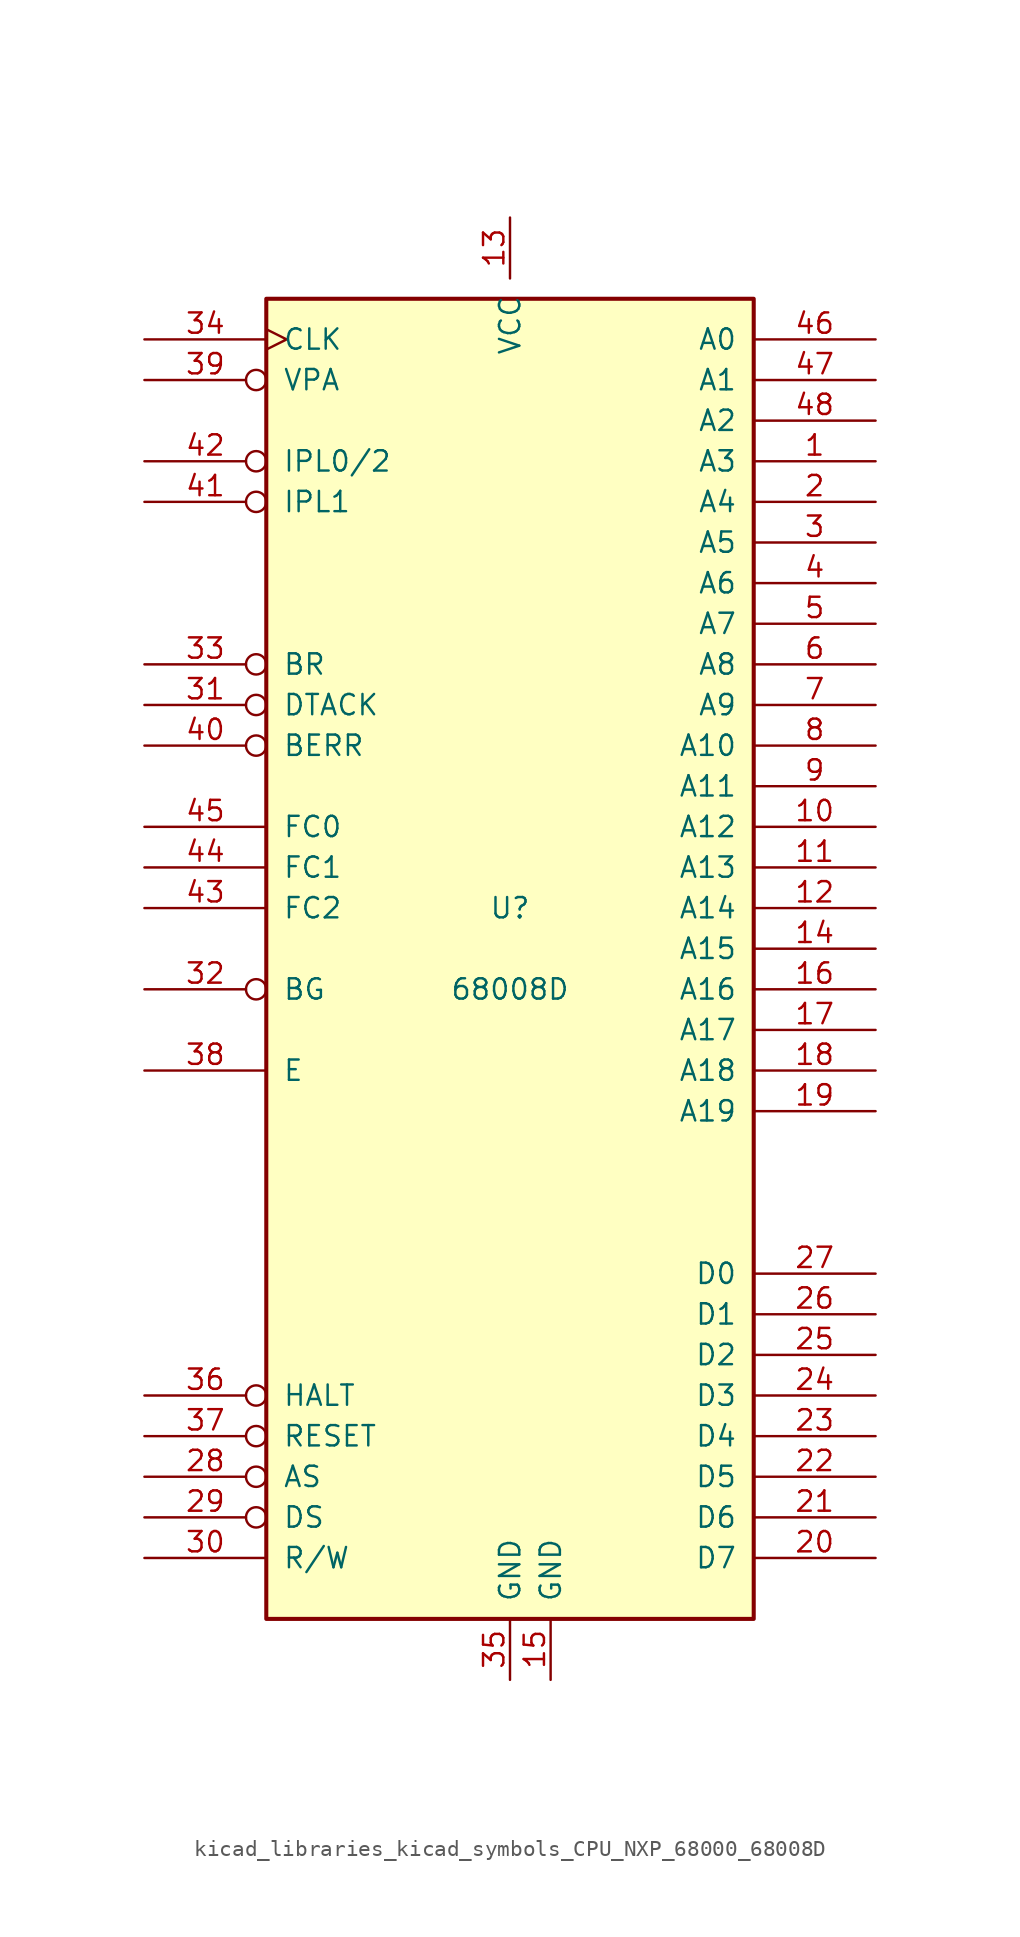
<source format=kicad_sym>
(kicad_symbol_lib
  (version 20220914)
  (generator kicad_symbol_editor)
  (symbol "kicad_libraries_kicad_symbols_CPU_NXP_68000_68008D"
    (pin_names
      (offset 1.016))
    (property "Reference" "U"
      (at 0 2.54 0)
      (effects (font (size 1.27 1.27))))
    (property "Value" "68008D"
      (at 0 -2.54 0)
      (effects (font (size 1.27 1.27))))
    (symbol "kicad_libraries_kicad_symbols_CPU_NXP_68000_68008D_0_1"
      (rectangle (start -15.24 -41.91) (end 15.24 40.64) (stroke (width 0.254) (type default)) (fill (type background))))
    (symbol "kicad_libraries_kicad_symbols_CPU_NXP_68000_68008D_1_1"
      (pin tri_state line (at 22.86 30.48 180) (length 7.62) (name "A3" (effects (font (size 1.27 1.27)))) (number "1" (effects (font (size 1.27 1.27)))))
      (pin tri_state line (at 22.86 7.62 180) (length 7.62) (name "A12" (effects (font (size 1.27 1.27)))) (number "10" (effects (font (size 1.27 1.27)))))
      (pin tri_state line (at 22.86 5.08 180) (length 7.62) (name "A13" (effects (font (size 1.27 1.27)))) (number "11" (effects (font (size 1.27 1.27)))))
      (pin tri_state line (at 22.86 2.54 180) (length 7.62) (name "A14" (effects (font (size 1.27 1.27)))) (number "12" (effects (font (size 1.27 1.27)))))
      (pin power_in line (at 0 45.72 270) (length 3.81) (name "VCC" (effects (font (size 1.27 1.27)))) (number "13" (effects (font (size 1.27 1.27)))))
      (pin tri_state line (at 22.86 0 180) (length 7.62) (name "A15" (effects (font (size 1.27 1.27)))) (number "14" (effects (font (size 1.27 1.27)))))
      (pin power_in line (at 2.54 -45.72 90) (length 3.81) (name "GND" (effects (font (size 1.27 1.27)))) (number "15" (effects (font (size 1.27 1.27)))))
      (pin tri_state line (at 22.86 -2.54 180) (length 7.62) (name "A16" (effects (font (size 1.27 1.27)))) (number "16" (effects (font (size 1.27 1.27)))))
      (pin tri_state line (at 22.86 -5.08 180) (length 7.62) (name "A17" (effects (font (size 1.27 1.27)))) (number "17" (effects (font (size 1.27 1.27)))))
      (pin tri_state line (at 22.86 -7.62 180) (length 7.62) (name "A18" (effects (font (size 1.27 1.27)))) (number "18" (effects (font (size 1.27 1.27)))))
      (pin tri_state line (at 22.86 -10.16 180) (length 7.62) (name "A19" (effects (font (size 1.27 1.27)))) (number "19" (effects (font (size 1.27 1.27)))))
      (pin tri_state line (at 22.86 27.94 180) (length 7.62) (name "A4" (effects (font (size 1.27 1.27)))) (number "2" (effects (font (size 1.27 1.27)))))
      (pin tri_state line (at 22.86 -38.1 180) (length 7.62) (name "D7" (effects (font (size 1.27 1.27)))) (number "20" (effects (font (size 1.27 1.27)))))
      (pin tri_state line (at 22.86 -35.56 180) (length 7.62) (name "D6" (effects (font (size 1.27 1.27)))) (number "21" (effects (font (size 1.27 1.27)))))
      (pin tri_state line (at 22.86 -33.02 180) (length 7.62) (name "D5" (effects (font (size 1.27 1.27)))) (number "22" (effects (font (size 1.27 1.27)))))
      (pin tri_state line (at 22.86 -30.48 180) (length 7.62) (name "D4" (effects (font (size 1.27 1.27)))) (number "23" (effects (font (size 1.27 1.27)))))
      (pin tri_state line (at 22.86 -27.94 180) (length 7.62) (name "D3" (effects (font (size 1.27 1.27)))) (number "24" (effects (font (size 1.27 1.27)))))
      (pin tri_state line (at 22.86 -25.4 180) (length 7.62) (name "D2" (effects (font (size 1.27 1.27)))) (number "25" (effects (font (size 1.27 1.27)))))
      (pin tri_state line (at 22.86 -22.86 180) (length 7.62) (name "D1" (effects (font (size 1.27 1.27)))) (number "26" (effects (font (size 1.27 1.27)))))
      (pin tri_state line (at 22.86 -20.32 180) (length 7.62) (name "D0" (effects (font (size 1.27 1.27)))) (number "27" (effects (font (size 1.27 1.27)))))
      (pin tri_state inverted (at -22.86 -33.02 0) (length 7.62) (name "AS" (effects (font (size 1.27 1.27)))) (number "28" (effects (font (size 1.27 1.27)))))
      (pin tri_state inverted (at -22.86 -35.56 0) (length 7.62) (name "DS" (effects (font (size 1.27 1.27)))) (number "29" (effects (font (size 1.27 1.27)))))
      (pin tri_state line (at 22.86 25.4 180) (length 7.62) (name "A5" (effects (font (size 1.27 1.27)))) (number "3" (effects (font (size 1.27 1.27)))))
      (pin tri_state line (at -22.86 -38.1 0) (length 7.62) (name "R/W" (effects (font (size 1.27 1.27)))) (number "30" (effects (font (size 1.27 1.27)))))
      (pin input inverted (at -22.86 15.24 0) (length 7.62) (name "DTACK" (effects (font (size 1.27 1.27)))) (number "31" (effects (font (size 1.27 1.27)))))
      (pin output inverted (at -22.86 -2.54 0) (length 7.62) (name "BG" (effects (font (size 1.27 1.27)))) (number "32" (effects (font (size 1.27 1.27)))))
      (pin input inverted (at -22.86 17.78 0) (length 7.62) (name "BR" (effects (font (size 1.27 1.27)))) (number "33" (effects (font (size 1.27 1.27)))))
      (pin input clock (at -22.86 38.1 0) (length 7.62) (name "CLK" (effects (font (size 1.27 1.27)))) (number "34" (effects (font (size 1.27 1.27)))))
      (pin power_in line (at 0 -45.72 90) (length 3.81) (name "GND" (effects (font (size 1.27 1.27)))) (number "35" (effects (font (size 1.27 1.27)))))
      (pin bidirectional inverted (at -22.86 -27.94 0) (length 7.62) (name "HALT" (effects (font (size 1.27 1.27)))) (number "36" (effects (font (size 1.27 1.27)))))
      (pin bidirectional inverted (at -22.86 -30.48 0) (length 7.62) (name "RESET" (effects (font (size 1.27 1.27)))) (number "37" (effects (font (size 1.27 1.27)))))
      (pin output line (at -22.86 -7.62 0) (length 7.62) (name "E" (effects (font (size 1.27 1.27)))) (number "38" (effects (font (size 1.27 1.27)))))
      (pin input inverted (at -22.86 35.56 0) (length 7.62) (name "VPA" (effects (font (size 1.27 1.27)))) (number "39" (effects (font (size 1.27 1.27)))))
      (pin tri_state line (at 22.86 22.86 180) (length 7.62) (name "A6" (effects (font (size 1.27 1.27)))) (number "4" (effects (font (size 1.27 1.27)))))
      (pin input inverted (at -22.86 12.7 0) (length 7.62) (name "BERR" (effects (font (size 1.27 1.27)))) (number "40" (effects (font (size 1.27 1.27)))))
      (pin input inverted (at -22.86 27.94 0) (length 7.62) (name "IPL1" (effects (font (size 1.27 1.27)))) (number "41" (effects (font (size 1.27 1.27)))))
      (pin input inverted (at -22.86 30.48 0) (length 7.62) (name "IPL0/2" (effects (font (size 1.27 1.27)))) (number "42" (effects (font (size 1.27 1.27)))))
      (pin output line (at -22.86 2.54 0) (length 7.62) (name "FC2" (effects (font (size 1.27 1.27)))) (number "43" (effects (font (size 1.27 1.27)))))
      (pin output line (at -22.86 5.08 0) (length 7.62) (name "FC1" (effects (font (size 1.27 1.27)))) (number "44" (effects (font (size 1.27 1.27)))))
      (pin output line (at -22.86 7.62 0) (length 7.62) (name "FC0" (effects (font (size 1.27 1.27)))) (number "45" (effects (font (size 1.27 1.27)))))
      (pin tri_state line (at 22.86 38.1 180) (length 7.62) (name "A0" (effects (font (size 1.27 1.27)))) (number "46" (effects (font (size 1.27 1.27)))))
      (pin tri_state line (at 22.86 35.56 180) (length 7.62) (name "A1" (effects (font (size 1.27 1.27)))) (number "47" (effects (font (size 1.27 1.27)))))
      (pin tri_state line (at 22.86 33.02 180) (length 7.62) (name "A2" (effects (font (size 1.27 1.27)))) (number "48" (effects (font (size 1.27 1.27)))))
      (pin tri_state line (at 22.86 20.32 180) (length 7.62) (name "A7" (effects (font (size 1.27 1.27)))) (number "5" (effects (font (size 1.27 1.27)))))
      (pin tri_state line (at 22.86 17.78 180) (length 7.62) (name "A8" (effects (font (size 1.27 1.27)))) (number "6" (effects (font (size 1.27 1.27)))))
      (pin tri_state line (at 22.86 15.24 180) (length 7.62) (name "A9" (effects (font (size 1.27 1.27)))) (number "7" (effects (font (size 1.27 1.27)))))
      (pin tri_state line (at 22.86 12.7 180) (length 7.62) (name "A10" (effects (font (size 1.27 1.27)))) (number "8" (effects (font (size 1.27 1.27)))))
      (pin tri_state line (at 22.86 10.16 180) (length 7.62) (name "A11" (effects (font (size 1.27 1.27)))) (number "9" (effects (font (size 1.27 1.27))))))))
</source>
